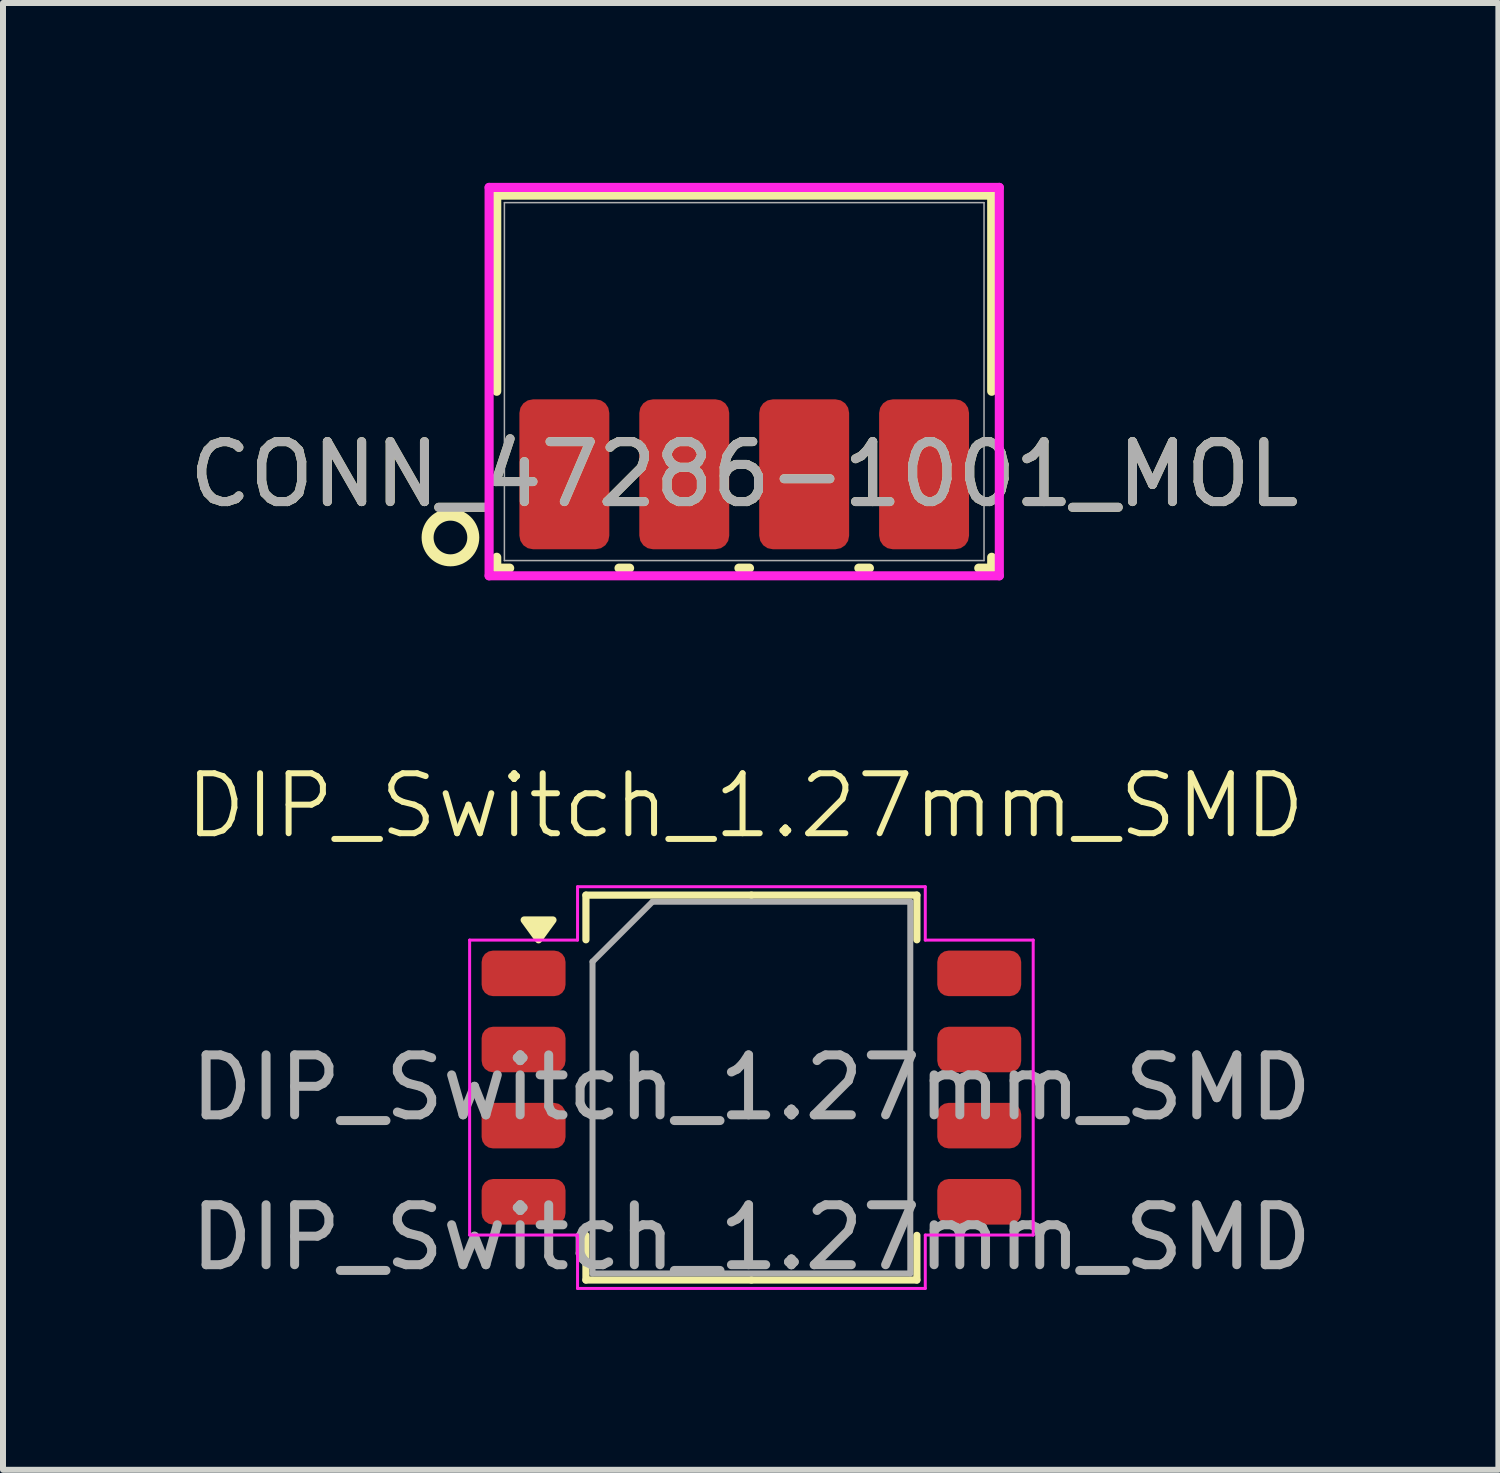
<source format=kicad_pcb>
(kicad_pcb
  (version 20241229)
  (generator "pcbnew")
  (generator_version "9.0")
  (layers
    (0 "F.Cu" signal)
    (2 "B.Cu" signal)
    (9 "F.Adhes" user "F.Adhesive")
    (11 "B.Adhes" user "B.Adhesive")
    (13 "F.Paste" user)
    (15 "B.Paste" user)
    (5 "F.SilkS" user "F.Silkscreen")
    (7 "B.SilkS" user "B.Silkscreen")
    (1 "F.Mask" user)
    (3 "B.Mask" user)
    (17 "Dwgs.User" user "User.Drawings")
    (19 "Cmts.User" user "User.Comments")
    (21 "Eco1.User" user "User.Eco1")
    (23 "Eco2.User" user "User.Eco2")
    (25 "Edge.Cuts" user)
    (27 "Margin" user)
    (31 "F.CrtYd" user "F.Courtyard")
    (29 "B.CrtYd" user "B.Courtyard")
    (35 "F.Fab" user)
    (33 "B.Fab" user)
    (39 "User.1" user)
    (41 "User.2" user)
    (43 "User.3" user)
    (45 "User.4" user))
  (footprint "DIP_Switch_1.27mm_SMD"
    (layer "F.Cu")
    (at 9.483 15.09)
    (property "Reference" "DIP_Switch_1.27mm_SMD" (at -0.1 -4.7 0) (unlocked yes) (layer "F.SilkS") (effects (font (size 1 1) (thickness 0.1))))
    (attr smd)
    (fp_line (start -2.76 -3.21) (end -2.76 -2.465) (stroke (width 0.12) (type solid)) (layer "F.SilkS"))
    (fp_line (start -2.76 3.21) (end -2.76 2.465) (stroke (width 0.12) (type solid)) (layer "F.SilkS"))
    (fp_line (start 0 -3.21) (end -2.76 -3.21) (stroke (width 0.12) (type solid)) (layer "F.SilkS"))
    (fp_line (start 0 -3.21) (end 2.76 -3.21) (stroke (width 0.12) (type solid)) (layer "F.SilkS"))
    (fp_line (start 0 3.21) (end -2.76 3.21) (stroke (width 0.12) (type solid)) (layer "F.SilkS"))
    (fp_line (start 0 3.21) (end 2.76 3.21) (stroke (width 0.12) (type solid)) (layer "F.SilkS"))
    (fp_line (start 2.76 -3.21) (end 2.76 -2.465) (stroke (width 0.12) (type solid)) (layer "F.SilkS"))
    (fp_line (start 2.76 3.21) (end 2.76 2.465) (stroke (width 0.12) (type solid)) (layer "F.SilkS"))
    (fp_poly (pts (xy -3.55 -2.465) (xy -3.79 -2.795) (xy -3.31 -2.795)) (stroke (width 0.12) (type solid)) (fill yes) (layer "F.SilkS"))
    (fp_line (start -4.7 -2.46) (end -2.9 -2.46) (stroke (width 0.05) (type solid)) (layer "F.CrtYd"))
    (fp_line (start -4.7 2.46) (end -4.7 -2.46) (stroke (width 0.05) (type solid)) (layer "F.CrtYd"))
    (fp_line (start -2.9 -3.35) (end 2.9 -3.35) (stroke (width 0.05) (type solid)) (layer "F.CrtYd"))
    (fp_line (start -2.9 -2.46) (end -2.9 -3.35) (stroke (width 0.05) (type solid)) (layer "F.CrtYd"))
    (fp_line (start -2.9 2.46) (end -4.7 2.46) (stroke (width 0.05) (type solid)) (layer "F.CrtYd"))
    (fp_line (start -2.9 3.35) (end -2.9 2.46) (stroke (width 0.05) (type solid)) (layer "F.CrtYd"))
    (fp_line (start 2.9 -3.35) (end 2.9 -2.46) (stroke (width 0.05) (type solid)) (layer "F.CrtYd"))
    (fp_line (start 2.9 -2.46) (end 4.7 -2.46) (stroke (width 0.05) (type solid)) (layer "F.CrtYd"))
    (fp_line (start 2.9 2.46) (end 2.9 3.35) (stroke (width 0.05) (type solid)) (layer "F.CrtYd"))
    (fp_line (start 2.9 3.35) (end -2.9 3.35) (stroke (width 0.05) (type solid)) (layer "F.CrtYd"))
    (fp_line (start 4.7 -2.46) (end 4.7 2.46) (stroke (width 0.05) (type solid)) (layer "F.CrtYd"))
    (fp_line (start 4.7 2.46) (end 2.9 2.46) (stroke (width 0.05) (type solid)) (layer "F.CrtYd"))
    (fp_line (start -2.65 -2.1) (end -1.65 -3.1) (stroke (width 0.1) (type solid)) (layer "F.Fab"))
    (fp_line (start -2.65 3.1) (end -2.65 -2.1) (stroke (width 0.1) (type solid)) (layer "F.Fab"))
    (fp_line (start -1.65 -3.1) (end 2.65 -3.1) (stroke (width 0.1) (type solid)) (layer "F.Fab"))
    (fp_line (start 2.65 -3.1) (end 2.65 3.1) (stroke (width 0.1) (type solid)) (layer "F.Fab"))
    (fp_line (start 2.65 3.1) (end -2.65 3.1) (stroke (width 0.1) (type solid)) (layer "F.Fab"))
    (fp_text user "${REFERENCE}" (at 0 2.5 0) (unlocked yes) (layer "F.Fab") (effects (font (size 1 1) (thickness 0.15))))
    (fp_text user "${REFERENCE}" (at 0 0 0) (layer "F.Fab") (effects (font (size 1 1) (thickness 0.15))))
    (pad "1" smd roundrect (at -3.8 -1.905) (size 1.4 0.76) (layers "F.Cu" "F.Mask" "F.Paste") (roundrect_rratio 0.25))
    (pad "2" smd roundrect (at -3.8 -0.635) (size 1.4 0.76) (layers "F.Cu" "F.Mask" "F.Paste") (roundrect_rratio 0.25))
    (pad "3" smd roundrect (at -3.8 0.635) (size 1.4 0.76) (layers "F.Cu" "F.Mask" "F.Paste") (roundrect_rratio 0.25))
    (pad "4" smd roundrect (at -3.8 1.905) (size 1.4 0.76) (layers "F.Cu" "F.Mask" "F.Paste") (roundrect_rratio 0.25))
    (pad "5" smd roundrect (at 3.8 1.905) (size 1.4 0.76) (layers "F.Cu" "F.Mask" "F.Paste") (roundrect_rratio 0.25))
    (pad "6" smd roundrect (at 3.8 0.635) (size 1.4 0.76) (layers "F.Cu" "F.Mask" "F.Paste") (roundrect_rratio 0.25))
    (pad "7" smd roundrect (at 3.8 -0.635) (size 1.4 0.76) (layers "F.Cu" "F.Mask" "F.Paste") (roundrect_rratio 0.25))
    (pad "8" smd roundrect (at 3.8 -1.905) (size 1.4 0.76) (layers "F.Cu" "F.Mask" "F.Paste") (roundrect_rratio 0.25)))
  (footprint "CONN_47286-1001_MOL"
    (layer "F.Cu")
    (at 9.363 3.315)
    (property "Reference" "CONN_47286-1001_MOL" (at 0 1.546 0) (unlocked yes) (layer "F.SilkS") (effects (font (size 1 1) (thickness 0.15))))
    (attr smd)
    (fp_line (start -4.128 -3.111) (end -4.128 0.161) (stroke (width 0.152) (type solid)) (layer "F.SilkS"))
    (fp_line (start -4.128 2.93) (end -4.128 3.111) (stroke (width 0.152) (type solid)) (layer "F.SilkS"))
    (fp_line (start -4.128 3.111) (end -3.912 3.111) (stroke (width 0.152) (type solid)) (layer "F.SilkS"))
    (fp_line (start -2.088 3.111) (end -1.912 3.111) (stroke (width 0.152) (type solid)) (layer "F.SilkS"))
    (fp_line (start -0.088 3.111) (end 0.088 3.111) (stroke (width 0.152) (type solid)) (layer "F.SilkS"))
    (fp_line (start 1.912 3.111) (end 2.088 3.111) (stroke (width 0.152) (type solid)) (layer "F.SilkS"))
    (fp_line (start 3.912 3.111) (end 4.128 3.111) (stroke (width 0.152) (type solid)) (layer "F.SilkS"))
    (fp_line (start 4.128 -3.111) (end -4.128 -3.111) (stroke (width 0.152) (type solid)) (layer "F.SilkS"))
    (fp_line (start 4.128 0.161) (end 4.128 -3.111) (stroke (width 0.152) (type solid)) (layer "F.SilkS"))
    (fp_line (start 4.128 3.111) (end 4.128 2.93) (stroke (width 0.152) (type solid)) (layer "F.SilkS"))
    (fp_circle (center -4.9 2.6) (end -4.519 2.6) (stroke (width 0.2) (type solid)) (fill no) (layer "F.SilkS"))
    (fp_line (start -4.255 -3.239) (end -4.255 3.239) (stroke (width 0.152) (type solid)) (layer "F.CrtYd"))
    (fp_line (start -4.255 3.239) (end 4.255 3.239) (stroke (width 0.152) (type solid)) (layer "F.CrtYd"))
    (fp_line (start 4.255 -3.239) (end -4.255 -3.239) (stroke (width 0.152) (type solid)) (layer "F.CrtYd"))
    (fp_line (start 4.255 3.239) (end 4.255 -3.239) (stroke (width 0.152) (type solid)) (layer "F.CrtYd"))
    (fp_line (start -4 -2.985) (end -4 2.985) (stroke (width 0.025) (type solid)) (layer "F.Fab"))
    (fp_line (start -4 2.985) (end 4 2.985) (stroke (width 0.025) (type solid)) (layer "F.Fab"))
    (fp_line (start 4 -2.985) (end -4 -2.985) (stroke (width 0.025) (type solid)) (layer "F.Fab"))
    (fp_line (start 4 2.985) (end 4 -2.985) (stroke (width 0.025) (type solid)) (layer "F.Fab"))
    (fp_text user "${REFERENCE}" (at 0 1.546 0) (unlocked yes) (layer "F.Fab") (effects (font (size 1 1) (thickness 0.15))))
    (pad "1" smd roundrect (at -3 1.546) (size 1.5 2.5) (layers "F.Cu" "F.Mask" "F.Paste") (roundrect_rratio 0.151))
    (pad "2" smd roundrect (at -1 1.546) (size 1.5 2.5) (layers "F.Cu" "F.Mask" "F.Paste") (roundrect_rratio 0.151))
    (pad "3" smd roundrect (at 1 1.546) (size 1.5 2.5) (layers "F.Cu" "F.Mask" "F.Paste") (roundrect_rratio 0.151))
    (pad "4" smd roundrect (at 3 1.546) (size 1.5 2.5) (layers "F.Cu" "F.Mask" "F.Paste") (roundrect_rratio 0.151)))
  (gr_rect
    (start -3 -3)
    (end 21.942 21.465)
    (stroke (width 0.1) (type default))
    (fill no)
    (layer "Edge.Cuts")))
</source>
